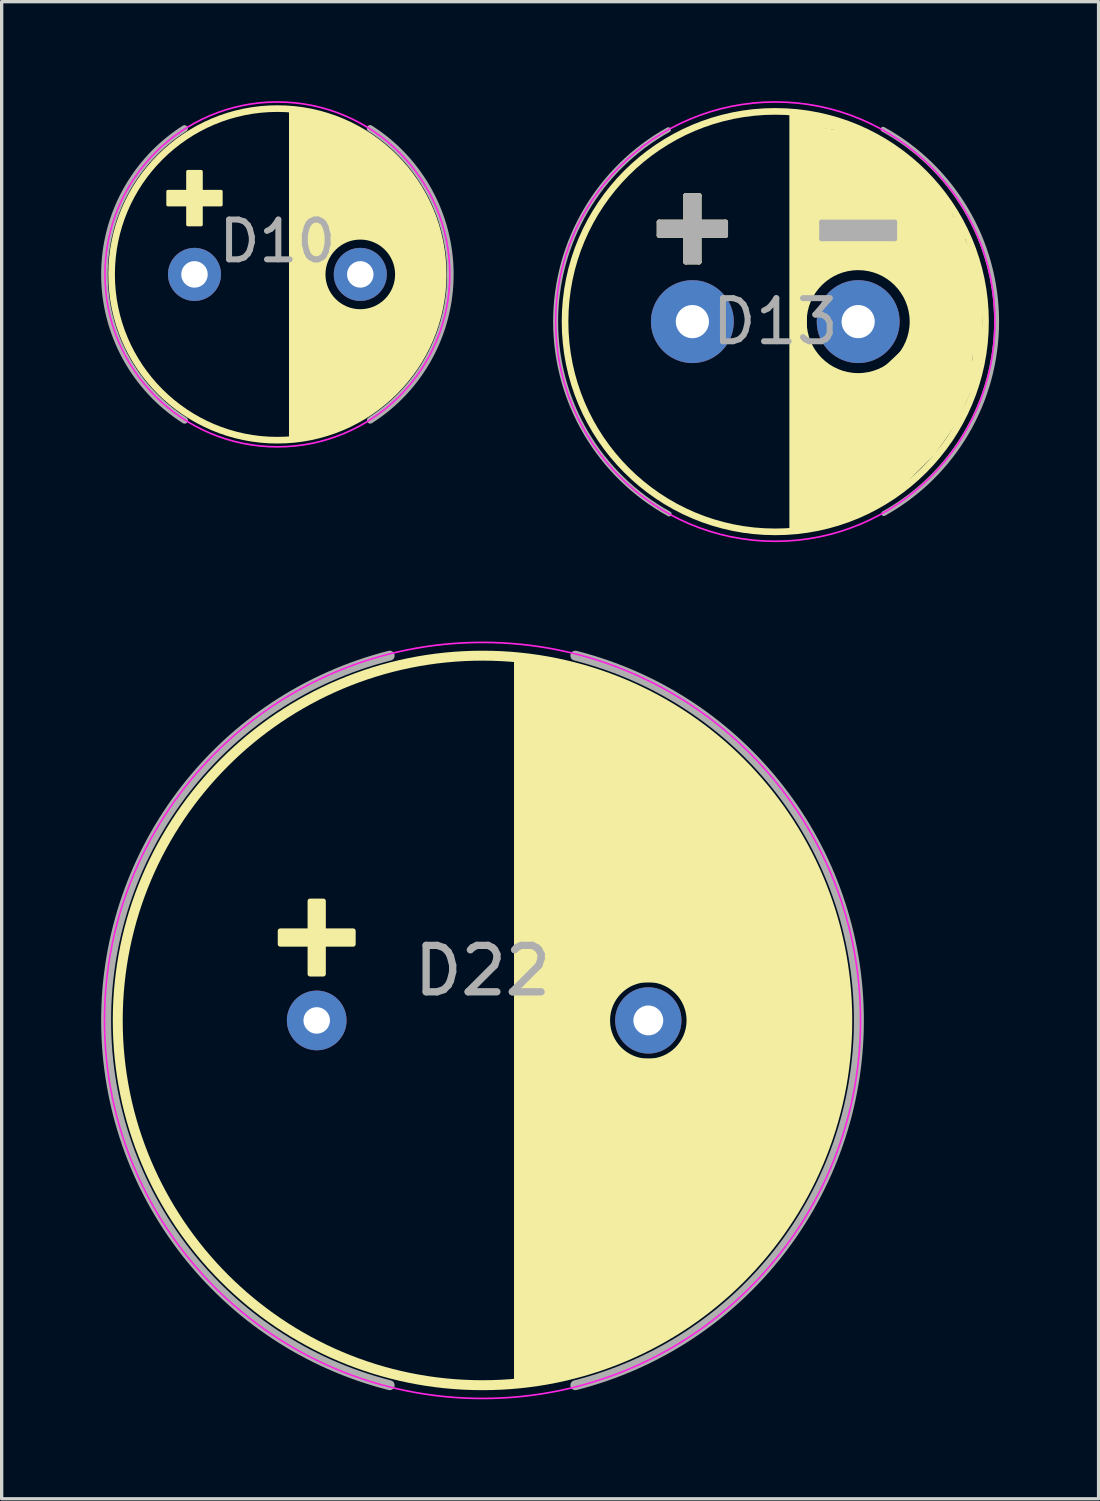
<source format=kicad_pcb>
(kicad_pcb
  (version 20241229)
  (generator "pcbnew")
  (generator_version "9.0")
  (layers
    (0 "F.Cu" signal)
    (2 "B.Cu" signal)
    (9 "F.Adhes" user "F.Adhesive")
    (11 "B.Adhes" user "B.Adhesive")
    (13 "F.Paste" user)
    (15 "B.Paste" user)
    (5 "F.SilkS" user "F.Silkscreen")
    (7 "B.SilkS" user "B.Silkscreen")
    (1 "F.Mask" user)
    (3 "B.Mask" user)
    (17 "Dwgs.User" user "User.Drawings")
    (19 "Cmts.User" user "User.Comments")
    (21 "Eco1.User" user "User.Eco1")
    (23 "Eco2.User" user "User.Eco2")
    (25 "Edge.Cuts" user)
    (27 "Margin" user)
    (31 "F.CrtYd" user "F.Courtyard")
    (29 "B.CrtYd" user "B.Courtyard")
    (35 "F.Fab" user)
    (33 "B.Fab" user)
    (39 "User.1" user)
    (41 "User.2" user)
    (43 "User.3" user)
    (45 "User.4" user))
  (footprint "D22"
    (layer "F.Cu")
    (at 11.501 27.723)
    (property "Reference" "D22" (at 0 -1.5 0) (layer "F.Fab") (effects (font (size 1.4 1.4) (thickness 0.22))))
    (attr through_hole)
    (fp_circle (center 0 0) (end 11 0) (stroke (width 0.3) (type solid)) (fill no) (layer "F.SilkS"))
    (fp_circle (center 5 0) (end 6.4 -0.1) (stroke (width 0.5) (type solid)) (fill no) (layer "F.SilkS"))
    (fp_poly (pts (xy -4.8 -2.7) (xy -3.9 -2.7) (xy -3.9 -2.3) (xy -4.8 -2.3) (xy -4.8 -1.4) (xy -5.2 -1.4) (xy -5.2 -2.3) (xy -6.1 -2.3) (xy -6.1 -2.7) (xy -5.2 -2.7) (xy -5.2 -3.6) (xy -4.8 -3.6)) (stroke (width 0.15) (type solid)) (fill yes) (layer "F.SilkS"))
    (fp_poly (pts (xy 3 -10.6) (xy 5.4 -9.6) (xy 8.2 -7.4) (xy 9.8 -5) (xy 10.8 -2.2) (xy 11 0) (xy 6.404 0) (xy 5.8 -1.2) (xy 4.2 -1.2) (xy 3.6 0) (xy 1 0) (xy 1 -11)) (stroke (width 0.1) (type solid)) (fill yes) (layer "F.SilkS"))
    (fp_poly (pts (xy 3 10.6) (xy 5.4 9.6) (xy 8.2 7.4) (xy 9.8 5) (xy 10.8 2.2) (xy 11 0) (xy 6.404 0) (xy 5.8 1.2) (xy 4.2 1.2) (xy 3.6 0) (xy 1 0) (xy 1 11)) (stroke (width 0.1) (type solid)) (fill yes) (layer "F.SilkS"))
    (fp_circle (center 0 0) (end 11.4 0) (stroke (width 0.05) (type solid)) (fill no) (layer "F.CrtYd"))
    (fp_arc (start -2.8 11) (mid -11.350771 0) (end -2.8 -11) (stroke (width 0.3) (type solid)) (layer "F.Fab"))
    (fp_arc (start 2.8 -11) (mid 11.350771 0) (end 2.8 11) (stroke (width 0.3) (type solid)) (layer "F.Fab"))
    (pad "1" thru_hole circle (at -5 0) (size 1.8 1.8) (drill 0.8) (layers "*.Cu" "*.Mask"))
    (pad "2" thru_hole circle (at 5 0) (size 2 2) (drill 0.9) (layers "*.Cu" "*.Mask")))
  (footprint "D10"
    (layer "F.Cu")
    (at 5.315 5.225)
    (property "Reference" "D10" (at 0 -1 0) (layer "F.Fab") (effects (font (size 1.2 1.2) (thickness 0.18))))
    (attr through_hole)
    (fp_circle (center 0 0) (end 5 0) (stroke (width 0.2) (type solid)) (fill no) (layer "F.SilkS"))
    (fp_circle (center 2.5 0) (end 3.8 0) (stroke (width 0.5) (type solid)) (fill no) (layer "F.SilkS"))
    (fp_poly (pts (xy 1.6 -1) (xy 2.5 -1.3) (xy 3.4 -1) (xy 3.8 0) (xy 5 0) (xy 4.8 -1.2) (xy 4 -3) (xy 2.4 -4.4) (xy 0.4 -5) (xy 0.4 0) (xy 1.2 0)) (stroke (width 0.1) (type solid)) (fill yes) (layer "F.SilkS"))
    (fp_poly (pts (xy 1.6 1) (xy 2.5 1.3) (xy 3.4 1) (xy 3.8 0) (xy 5 0) (xy 4.8 1.2) (xy 4 3) (xy 2.4 4.4) (xy 0.4 5) (xy 0.4 0) (xy 1.2 0)) (stroke (width 0.1) (type solid)) (fill yes) (layer "F.SilkS"))
    (fp_poly (pts (xy -2.3 -2.5) (xy -1.7 -2.5) (xy -1.7 -2.1) (xy -2.3 -2.1) (xy -2.3 -1.5) (xy -2.7 -1.5) (xy -2.7 -2.1) (xy -3.3 -2.1) (xy -3.3 -2.5) (xy -2.7 -2.5) (xy -2.7 -3.1) (xy -2.3 -3.1)) (stroke (width 0.1) (type solid)) (fill yes) (layer "F.SilkS"))
    (fp_circle (center 0 0) (end 0 5.2) (stroke (width 0.05) (type solid)) (fill no) (layer "F.CrtYd"))
    (fp_arc (start -2.796744 4.402069) (mid -5.21536 0.001929) (end -2.799999 -4.399999) (stroke (width 0.2) (type solid)) (layer "F.Fab"))
    (fp_arc (start 2.796744 -4.402069) (mid 5.21536 -0.001929) (end 2.799999 4.399999) (stroke (width 0.2) (type solid)) (layer "F.Fab"))
    (pad "1" thru_hole circle (at -2.5 0) (size 1.6 1.6) (drill 0.8) (layers "*.Cu" "*.Mask"))
    (pad "2" thru_hole circle (at 2.5 0) (size 1.6 1.6) (drill 0.8) (layers "*.Cu" "*.Mask")))
  (footprint "D13"
    (layer "F.Cu")
    (at 20.33 6.649)
    (property "Reference" "D13" (at 0 0 0) (layer "F.Fab") (effects (font (size 1.3 1.3) (thickness 0.18))))
    (attr through_hole)
    (fp_line (start -3.5 -3) (end -2.7 -3) (stroke (width 0.15) (type solid)) (layer "F.SilkS"))
    (fp_line (start -3.5 -2.6) (end -3.5 -3) (stroke (width 0.15) (type solid)) (layer "F.SilkS"))
    (fp_line (start -3.3 -2.8) (end -1.7 -2.8) (stroke (width 0.4) (type solid)) (layer "F.SilkS"))
    (fp_line (start -2.7 -3.8) (end -2.3 -3.8) (stroke (width 0.15) (type solid)) (layer "F.SilkS"))
    (fp_line (start -2.7 -3) (end -2.7 -3.8) (stroke (width 0.15) (type solid)) (layer "F.SilkS"))
    (fp_line (start -2.7 -2.6) (end -3.5 -2.6) (stroke (width 0.15) (type solid)) (layer "F.SilkS"))
    (fp_line (start -2.7 -1.8) (end -2.7 -2.6) (stroke (width 0.15) (type solid)) (layer "F.SilkS"))
    (fp_line (start -2.5 -3.6) (end -2.5 -2) (stroke (width 0.4) (type solid)) (layer "F.SilkS"))
    (fp_line (start -2.3 -3.8) (end -2.3 -3) (stroke (width 0.15) (type solid)) (layer "F.SilkS"))
    (fp_line (start -2.3 -3) (end -1.5 -3) (stroke (width 0.15) (type solid)) (layer "F.SilkS"))
    (fp_line (start -2.3 -2.6) (end -2.3 -1.8) (stroke (width 0.15) (type solid)) (layer "F.SilkS"))
    (fp_line (start -2.3 -1.8) (end -2.7 -1.8) (stroke (width 0.15) (type solid)) (layer "F.SilkS"))
    (fp_line (start -1.5 -3) (end -1.5 -2.6) (stroke (width 0.15) (type solid)) (layer "F.SilkS"))
    (fp_line (start -1.5 -2.6) (end -2.3 -2.6) (stroke (width 0.15) (type solid)) (layer "F.SilkS"))
    (fp_line (start 0.5 -6.3) (end 0.5 6.2) (stroke (width 0.15) (type solid)) (layer "F.SilkS"))
    (fp_line (start 0.6 -6.1) (end 2 -5.9) (stroke (width 0.3) (type solid)) (layer "F.SilkS"))
    (fp_line (start 0.6 6.2) (end 0.6 -6.1) (stroke (width 0.3) (type solid)) (layer "F.SilkS"))
    (fp_line (start 0.8 -5.8) (end 2 -5.6) (stroke (width 0.3) (type solid)) (layer "F.SilkS"))
    (fp_line (start 0.8 6.1) (end 0.8 -5.8) (stroke (width 0.3) (type solid)) (layer "F.SilkS"))
    (fp_line (start 0.9 -1.2) (end 1 -5.5) (stroke (width 0.5) (type solid)) (layer "F.SilkS"))
    (fp_line (start 0.9 1.2) (end 1.7 1.8) (stroke (width 0.5) (type solid)) (layer "F.SilkS"))
    (fp_line (start 1 -5.5) (end 2.5 -5) (stroke (width 0.5) (type solid)) (layer "F.SilkS"))
    (fp_line (start 1.1 -3.3) (end 3.9 -3.3) (stroke (width 0.3) (type solid)) (layer "F.SilkS"))
    (fp_line (start 1.1 1.7) (end 1.4 1.9) (stroke (width 0.5) (type solid)) (layer "F.SilkS"))
    (fp_line (start 1.1 5.8) (end 1.1 1.7) (stroke (width 0.5) (type solid)) (layer "F.SilkS"))
    (fp_line (start 1.2 -3.2) (end 2 -3.3) (stroke (width 0.15) (type solid)) (layer "F.SilkS"))
    (fp_line (start 1.2 -2.3) (end 1.2 -3.2) (stroke (width 0.15) (type solid)) (layer "F.SilkS"))
    (fp_line (start 1.2 -1.8) (end 1.5 -2) (stroke (width 0.3) (type solid)) (layer "F.SilkS"))
    (fp_line (start 1.3 -3.1) (end 1.3 -2.4) (stroke (width 0.15) (type solid)) (layer "F.SilkS"))
    (fp_line (start 1.3 6) (end 0.8 6.1) (stroke (width 0.3) (type solid)) (layer "F.SilkS"))
    (fp_line (start 1.4 -4.2) (end 2.4 -4.2) (stroke (width 0.5) (type solid)) (layer "F.SilkS"))
    (fp_line (start 1.4 -3.6) (end 1.4 -4.2) (stroke (width 0.5) (type solid)) (layer "F.SilkS"))
    (fp_line (start 1.4 -2.4) (end 3.7 -2.4) (stroke (width 0.15) (type solid)) (layer "F.SilkS"))
    (fp_line (start 1.5 -2) (end 1.2 -2) (stroke (width 0.3) (type solid)) (layer "F.SilkS"))
    (fp_line (start 1.6 -1.8) (end 0.9 -1.2) (stroke (width 0.5) (type solid)) (layer "F.SilkS"))
    (fp_line (start 1.6 2.4) (end 1.7 5.2) (stroke (width 1) (type solid)) (layer "F.SilkS"))
    (fp_line (start 1.7 1.8) (end 3.3 1.9) (stroke (width 0.5) (type solid)) (layer "F.SilkS"))
    (fp_line (start 1.7 5.2) (end 3.7 3.7) (stroke (width 1) (type solid)) (layer "F.SilkS"))
    (fp_line (start 1.8 -4.7) (end 1.4 -4.8) (stroke (width 1) (type solid)) (layer "F.SilkS"))
    (fp_line (start 1.8 -3.9) (end 1.6 -3.9) (stroke (width 0.5) (type solid)) (layer "F.SilkS"))
    (fp_line (start 1.9 -5.3) (end 4 -3.5) (stroke (width 1) (type solid)) (layer "F.SilkS"))
    (fp_line (start 2 -5.9) (end 3.9 -4.8) (stroke (width 0.3) (type solid)) (layer "F.SilkS"))
    (fp_line (start 2 -5.6) (end 3.7 -4.6) (stroke (width 0.3) (type solid)) (layer "F.SilkS"))
    (fp_line (start 2.1 2.3) (end 2.8 2.5) (stroke (width 1) (type solid)) (layer "F.SilkS"))
    (fp_line (start 2.2 5.5) (end 1.1 5.8) (stroke (width 0.5) (type solid)) (layer "F.SilkS"))
    (fp_line (start 2.4 -4.2) (end 2.8 -3.9) (stroke (width 0.5) (type solid)) (layer "F.SilkS"))
    (fp_line (start 2.4 4) (end 2.1 2.3) (stroke (width 1) (type solid)) (layer "F.SilkS"))
    (fp_line (start 2.5 -5) (end 3.7 -4.2) (stroke (width 0.5) (type solid)) (layer "F.SilkS"))
    (fp_line (start 2.6 5.6) (end 1.3 6) (stroke (width 0.3) (type solid)) (layer "F.SilkS"))
    (fp_line (start 2.7 -2) (end 1.6 -1.8) (stroke (width 0.5) (type solid)) (layer "F.SilkS"))
    (fp_line (start 2.8 -3.9) (end 1.8 -3.9) (stroke (width 0.5) (type solid)) (layer "F.SilkS"))
    (fp_line (start 2.8 2.5) (end 4.4 1) (stroke (width 1) (type solid)) (layer "F.SilkS"))
    (fp_line (start 3.3 -3.5) (end 1.4 -3.6) (stroke (width 0.5) (type solid)) (layer "F.SilkS"))
    (fp_line (start 3.3 -2) (end 4.1 -2) (stroke (width 0.5) (type solid)) (layer "F.SilkS"))
    (fp_line (start 3.3 1.9) (end 4.1 1.2) (stroke (width 0.5) (type solid)) (layer "F.SilkS"))
    (fp_line (start 3.6 -1.7) (end 2.7 -2) (stroke (width 0.5) (type solid)) (layer "F.SilkS"))
    (fp_line (start 3.7 -4.6) (end 4.8 -3.5) (stroke (width 0.3) (type solid)) (layer "F.SilkS"))
    (fp_line (start 3.7 -4.2) (end 5 -2.8) (stroke (width 0.5) (type solid)) (layer "F.SilkS"))
    (fp_line (start 3.7 -3.1) (end 1.4 -3.1) (stroke (width 0.15) (type solid)) (layer "F.SilkS"))
    (fp_line (start 3.7 -2.4) (end 3.7 -3.1) (stroke (width 0.15) (type solid)) (layer "F.SilkS"))
    (fp_line (start 3.7 3.7) (end 5.1 1.3) (stroke (width 1) (type solid)) (layer "F.SilkS"))
    (fp_line (start 3.7 4.6) (end 2.2 5.5) (stroke (width 0.5) (type solid)) (layer "F.SilkS"))
    (fp_line (start 3.7 4.9) (end 2.6 5.6) (stroke (width 0.3) (type solid)) (layer "F.SilkS"))
    (fp_line (start 3.9 -4.8) (end 5 -3.6) (stroke (width 0.3) (type solid)) (layer "F.SilkS"))
    (fp_line (start 3.9 -3.3) (end 3.9 -2.2) (stroke (width 0.3) (type solid)) (layer "F.SilkS"))
    (fp_line (start 3.9 -2.2) (end 1.2 -2.2) (stroke (width 0.3) (type solid)) (layer "F.SilkS"))
    (fp_line (start 4 -3.5) (end 5.6 -1) (stroke (width 1) (type solid)) (layer "F.SilkS"))
    (fp_line (start 4.1 -2) (end 4.3 -1.4) (stroke (width 0.5) (type solid)) (layer "F.SilkS"))
    (fp_line (start 4.1 1.2) (end 4.4 0.1) (stroke (width 0.5) (type solid)) (layer "F.SilkS"))
    (fp_line (start 4.2 -1.1) (end 3.6 -1.7) (stroke (width 0.5) (type solid)) (layer "F.SilkS"))
    (fp_line (start 4.3 -2.2) (end 4.1 -2.2) (stroke (width 0.5) (type solid)) (layer "F.SilkS"))
    (fp_line (start 4.3 -1.4) (end 3.8 -1.8) (stroke (width 0.5) (type solid)) (layer "F.SilkS"))
    (fp_line (start 4.4 0.1) (end 4.2 -1.1) (stroke (width 0.5) (type solid)) (layer "F.SilkS"))
    (fp_line (start 4.6 1.1) (end 2.4 4) (stroke (width 1) (type solid)) (layer "F.SilkS"))
    (fp_line (start 4.7 3.9) (end 3.7 4.9) (stroke (width 0.3) (type solid)) (layer "F.SilkS"))
    (fp_line (start 4.8 -3.5) (end 5.6 -2.6) (stroke (width 0.3) (type solid)) (layer "F.SilkS"))
    (fp_line (start 4.8 -1.6) (end 4.3 -2.8) (stroke (width 1) (type solid)) (layer "F.SilkS"))
    (fp_line (start 4.8 3.2) (end 5.2 2.7) (stroke (width 0.5) (type solid)) (layer "F.SilkS"))
    (fp_line (start 5 -3.6) (end 5.9 -1.8) (stroke (width 0.3) (type solid)) (layer "F.SilkS"))
    (fp_line (start 5 -2.8) (end 5.5 -1.1) (stroke (width 0.5) (type solid)) (layer "F.SilkS"))
    (fp_line (start 5.1 1.3) (end 4.8 -1.6) (stroke (width 1) (type solid)) (layer "F.SilkS"))
    (fp_line (start 5.2 -2.7) (end 5.9 -1) (stroke (width 0.3) (type solid)) (layer "F.SilkS"))
    (fp_line (start 5.2 2.7) (end 3.7 4.6) (stroke (width 0.5) (type solid)) (layer "F.SilkS"))
    (fp_line (start 5.4 -3) (end 5.2 -2.7) (stroke (width 0.3) (type solid)) (layer "F.SilkS"))
    (fp_line (start 5.4 2.9) (end 4.7 3.9) (stroke (width 0.3) (type solid)) (layer "F.SilkS"))
    (fp_line (start 5.5 -1.1) (end 5.7 1.4) (stroke (width 0.5) (type solid)) (layer "F.SilkS"))
    (fp_line (start 5.6 -2.6) (end 5.4 -3) (stroke (width 0.3) (type solid)) (layer "F.SilkS"))
    (fp_line (start 5.6 -2) (end 5.8 -1.7) (stroke (width 0.5) (type solid)) (layer "F.SilkS"))
    (fp_line (start 5.6 -1) (end 4.6 1.1) (stroke (width 1) (type solid)) (layer "F.SilkS"))
    (fp_line (start 5.7 1.4) (end 4.8 3.2) (stroke (width 0.5) (type solid)) (layer "F.SilkS"))
    (fp_line (start 5.9 -1.8) (end 6.1 -1) (stroke (width 0.3) (type solid)) (layer "F.SilkS"))
    (fp_line (start 5.9 -1) (end 5.8 1.2) (stroke (width 0.3) (type solid)) (layer "F.SilkS"))
    (fp_line (start 6.1 -1) (end 6.1 1.2) (stroke (width 0.3) (type solid)) (layer "F.SilkS"))
    (fp_line (start 6.1 1.2) (end 5.4 2.9) (stroke (width 0.3) (type solid)) (layer "F.SilkS"))
    (fp_circle (center 0 0) (end 6.34 0) (stroke (width 0.2) (type solid)) (fill no) (layer "F.SilkS"))
    (fp_circle (center 2.5 0) (end 3.8 1.1) (stroke (width 0.3) (type solid)) (fill no) (layer "F.SilkS"))
    (fp_circle (center 0 0) (end 3.2 5.8) (stroke (width 0.05) (type solid)) (fill no) (layer "F.CrtYd"))
    (fp_line (start -3.5 -3) (end -3.5 -2.6) (stroke (width 0.15) (type solid)) (layer "F.Fab"))
    (fp_line (start -3.5 -2.6) (end -2.7 -2.6) (stroke (width 0.15) (type solid)) (layer "F.Fab"))
    (fp_line (start -3.3 -2.8) (end -1.7 -2.8) (stroke (width 0.4) (type solid)) (layer "F.Fab"))
    (fp_line (start -2.7 -3.8) (end -2.7 -3) (stroke (width 0.15) (type solid)) (layer "F.Fab"))
    (fp_line (start -2.7 -3) (end -3.5 -3) (stroke (width 0.15) (type solid)) (layer "F.Fab"))
    (fp_line (start -2.7 -2.6) (end -2.7 -1.8) (stroke (width 0.15) (type solid)) (layer "F.Fab"))
    (fp_line (start -2.7 -1.8) (end -2.3 -1.8) (stroke (width 0.15) (type solid)) (layer "F.Fab"))
    (fp_line (start -2.5 -3.6) (end -2.5 -2) (stroke (width 0.4) (type solid)) (layer "F.Fab"))
    (fp_line (start -2.3 -3.8) (end -2.7 -3.8) (stroke (width 0.15) (type solid)) (layer "F.Fab"))
    (fp_line (start -2.3 -3) (end -2.3 -3.8) (stroke (width 0.15) (type solid)) (layer "F.Fab"))
    (fp_line (start -2.3 -2.6) (end -1.5 -2.6) (stroke (width 0.15) (type solid)) (layer "F.Fab"))
    (fp_line (start -2.3 -1.8) (end -2.3 -2.6) (stroke (width 0.15) (type solid)) (layer "F.Fab"))
    (fp_line (start -1.5 -3) (end -2.3 -3) (stroke (width 0.15) (type solid)) (layer "F.Fab"))
    (fp_line (start -1.5 -2.6) (end -1.5 -3) (stroke (width 0.15) (type solid)) (layer "F.Fab"))
    (fp_line (start 1.4 -3) (end 3.6 -3) (stroke (width 0.15) (type solid)) (layer "F.Fab"))
    (fp_line (start 1.4 -2.5) (end 1.4 -3) (stroke (width 0.15) (type solid)) (layer "F.Fab"))
    (fp_line (start 1.6 -2.8) (end 3.4 -2.8) (stroke (width 0.4) (type solid)) (layer "F.Fab"))
    (fp_line (start 3.4 -2.8) (end 3.4 -2.7) (stroke (width 0.4) (type solid)) (layer "F.Fab"))
    (fp_line (start 3.4 -2.7) (end 1.6 -2.7) (stroke (width 0.4) (type solid)) (layer "F.Fab"))
    (fp_line (start 3.6 -3) (end 3.6 -2.5) (stroke (width 0.15) (type solid)) (layer "F.Fab"))
    (fp_line (start 3.6 -2.5) (end 1.4 -2.5) (stroke (width 0.15) (type solid)) (layer "F.Fab"))
    (fp_arc (start -3.2 5.8) (mid -6.624185 0.013113) (end -3.222937 -5.787286) (stroke (width 0.15) (type solid)) (layer "F.Fab"))
    (fp_arc (start 3.25 -5.8) (mid 6.674185 -0.013113) (end 3.272937 5.787286) (stroke (width 0.15) (type solid)) (layer "F.Fab"))
    (pad "1" thru_hole circle (at -2.5 0) (size 2.5 2.5) (drill 1) (layers "*.Cu" "*.Mask"))
    (pad "2" thru_hole circle (at 2.5 0) (size 2.5 2.5) (drill 1) (layers "*.Cu" "*.Mask")))
  (gr_rect
    (start -3 -3)
    (end 30.079 42.148)
    (stroke (width 0.1) (type default))
    (fill no)
    (layer "Edge.Cuts")))
</source>
